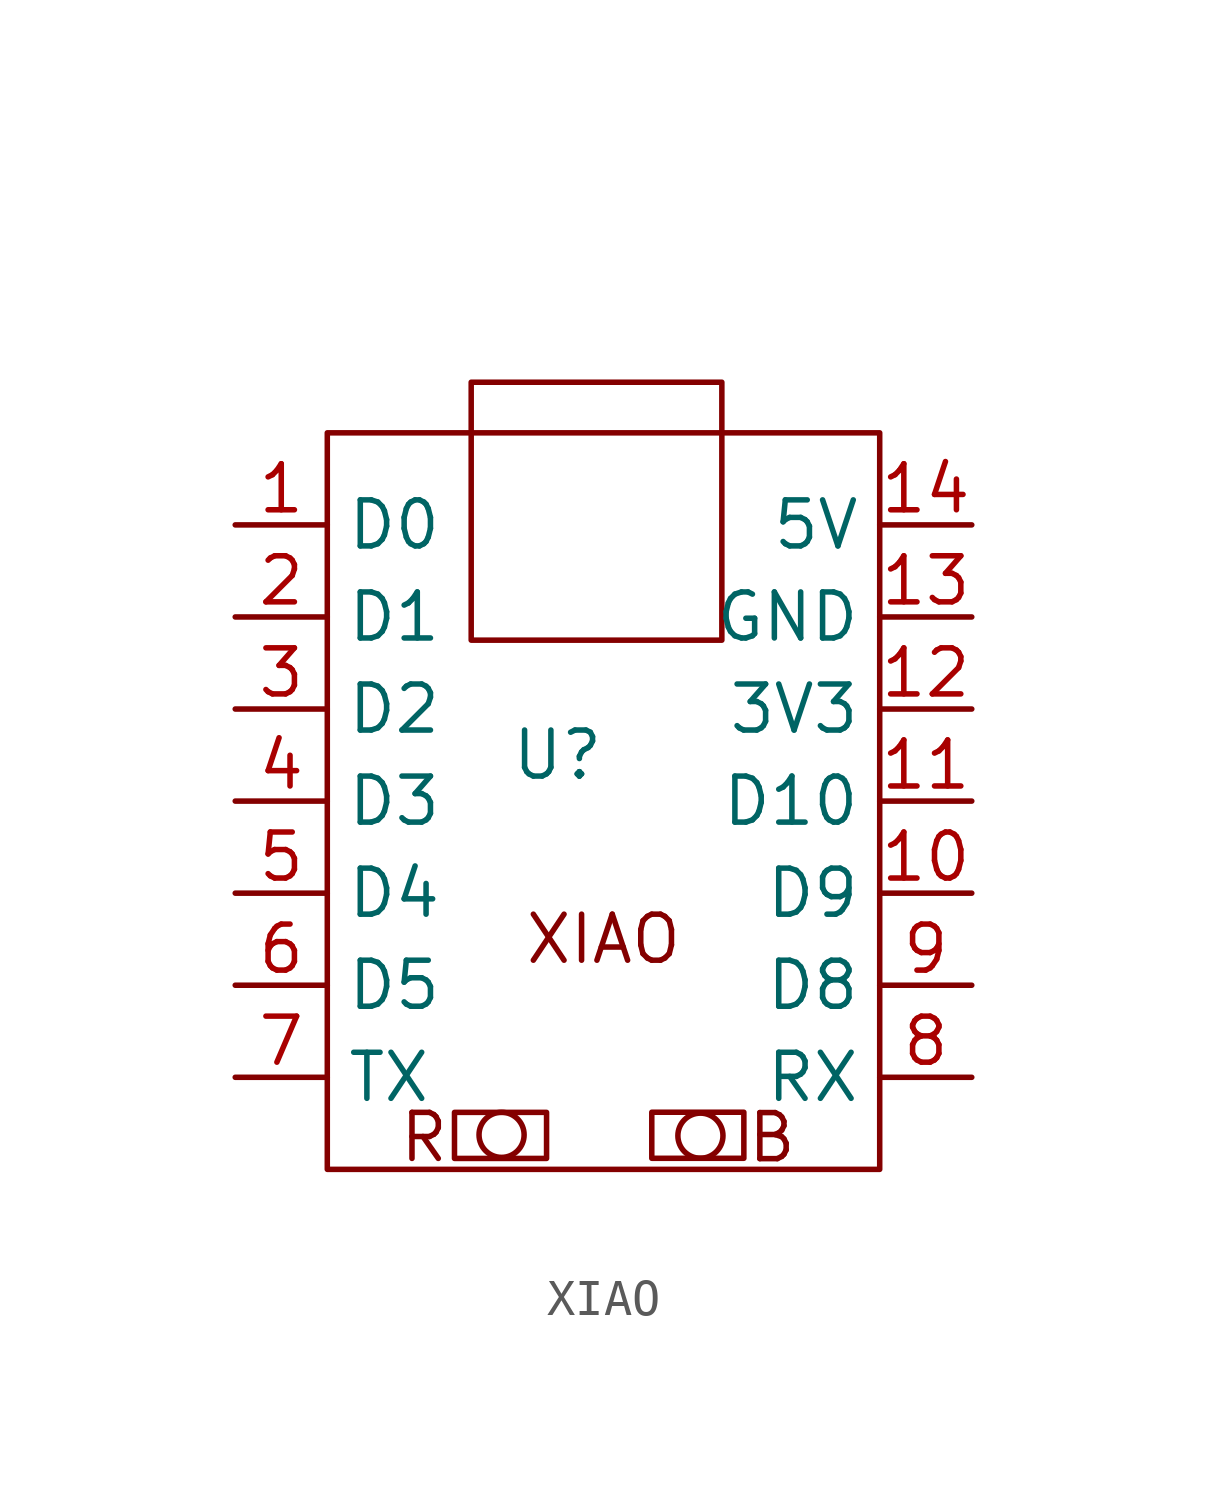
<source format=kicad_sym>
(kicad_symbol_lib
  (version 20220914)
  (generator kicad_symbol_editor)
  (symbol "XIAO"
    (property "Reference" "U"
      (at -1.27 1.27 0)
      (effects (font (size 1.27 1.27))))
    (property "Value" ""
      (at 10.16 15.24 0)
      (effects (font (size 1.27 1.27))))
    (symbol "XIAO_0_1"
      (circle (center -2.812 -9.207) (radius 0.622) (stroke (width 0) (type default)) (fill (type none)))
      (polyline (pts (xy -7.62 10.16) (xy -7.62 -10.16) (xy 7.62 -10.16) (xy 7.62 10.16) (xy -7.62 10.16)) (stroke (width 0) (type default)) (fill (type none)))
      (circle (center 2.674 -9.231) (radius 0.622) (stroke (width 0) (type default)) (fill (type none))))
    (symbol "XIAO_1_1"
      (rectangle (start -4.111 -8.588) (end -1.571 -9.858) (stroke (width 0) (type default)) (fill (type none)))
      (rectangle (start -3.65 11.556) (end 3.265 4.44) (stroke (width 0) (type default)) (fill (type none)))
      (rectangle (start 1.332 -8.584) (end 3.872 -9.854) (stroke (width 0) (type default)) (fill (type none)))
      (text "B" (at 4.646 -9.284 0) (effects (font (size 1.27 1.27))))
      (text "R" (at -4.951 -9.278 0) (effects (font (size 1.27 1.27))))
      (text "XIAO" (at 0 -3.81 0) (effects (font (size 1.27 1.27))))
      (pin bidirectional line (at -10.16 7.62 0) (length 2.54) (name "D0" (effects (font (size 1.27 1.27)))) (number "1" (effects (font (size 1.27 1.27)))))
      (pin bidirectional line (at 10.16 -2.54 180) (length 2.54) (name "D9" (effects (font (size 1.27 1.27)))) (number "10" (effects (font (size 1.27 1.27)))))
      (pin bidirectional line (at 10.16 0 180) (length 2.54) (name "D10" (effects (font (size 1.27 1.27)))) (number "11" (effects (font (size 1.27 1.27)))))
      (pin power_out line (at 10.16 2.54 180) (length 2.54) (name "3V3" (effects (font (size 1.27 1.27)))) (number "12" (effects (font (size 1.27 1.27)))))
      (pin unspecified line (at 10.16 5.08 180) (length 2.54) (name "GND" (effects (font (size 1.27 1.27)))) (number "13" (effects (font (size 1.27 1.27)))))
      (pin input line (at 10.16 7.62 180) (length 2.54) (name "5V" (effects (font (size 1.27 1.27)))) (number "14" (effects (font (size 1.27 1.27)))))
      (pin bidirectional line (at -10.16 5.08 0) (length 2.54) (name "D1" (effects (font (size 1.27 1.27)))) (number "2" (effects (font (size 1.27 1.27)))))
      (pin bidirectional line (at -10.16 2.54 0) (length 2.54) (name "D2" (effects (font (size 1.27 1.27)))) (number "3" (effects (font (size 1.27 1.27)))))
      (pin bidirectional line (at -10.16 0 0) (length 2.54) (name "D3" (effects (font (size 1.27 1.27)))) (number "4" (effects (font (size 1.27 1.27)))))
      (pin bidirectional line (at -10.16 -2.54 0) (length 2.54) (name "D4" (effects (font (size 1.27 1.27)))) (number "5" (effects (font (size 1.27 1.27)))))
      (pin bidirectional line (at -10.16 -5.08 0) (length 2.54) (name "D5" (effects (font (size 1.27 1.27)))) (number "6" (effects (font (size 1.27 1.27)))))
      (pin output line (at -10.16 -7.62 0) (length 2.54) (name "TX" (effects (font (size 1.27 1.27)))) (number "7" (effects (font (size 1.27 1.27)))))
      (pin input line (at 10.16 -7.62 180) (length 2.54) (name "RX" (effects (font (size 1.27 1.27)))) (number "8" (effects (font (size 1.27 1.27)))))
      (pin bidirectional line (at 10.16 -5.08 180) (length 2.54) (name "D8" (effects (font (size 1.27 1.27)))) (number "9" (effects (font (size 1.27 1.27))))))))
</source>
